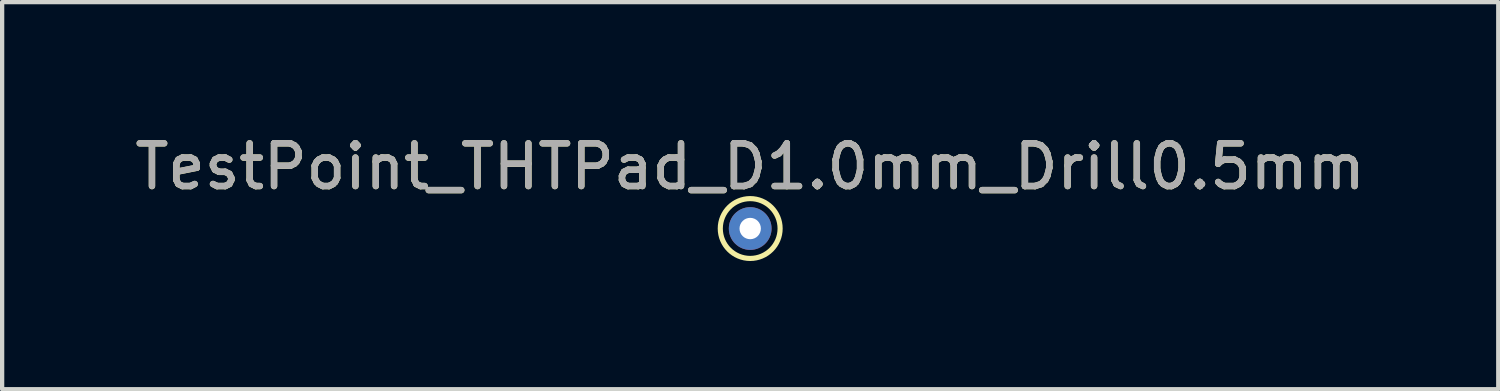
<source format=kicad_pcb>
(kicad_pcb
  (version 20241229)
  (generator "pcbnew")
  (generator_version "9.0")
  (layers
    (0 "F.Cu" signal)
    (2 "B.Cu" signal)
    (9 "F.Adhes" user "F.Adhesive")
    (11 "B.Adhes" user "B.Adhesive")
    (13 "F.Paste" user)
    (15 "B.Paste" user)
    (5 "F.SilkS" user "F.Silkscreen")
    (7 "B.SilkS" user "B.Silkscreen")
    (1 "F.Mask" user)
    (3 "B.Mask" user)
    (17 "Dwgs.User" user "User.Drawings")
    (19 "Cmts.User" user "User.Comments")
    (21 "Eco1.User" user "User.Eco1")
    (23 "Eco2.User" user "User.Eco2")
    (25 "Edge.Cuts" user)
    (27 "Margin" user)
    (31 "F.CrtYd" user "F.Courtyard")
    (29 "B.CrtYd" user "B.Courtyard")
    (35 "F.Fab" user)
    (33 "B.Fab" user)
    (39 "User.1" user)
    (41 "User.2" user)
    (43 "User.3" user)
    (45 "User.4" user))
  (footprint "TestPoint_THTPad_D1.0mm_Drill0.5mm"
    (layer "F.Cu")
    (at 14.506 2.298)
    (property "Reference" "TestPoint_THTPad_D1.0mm_Drill0.5mm" (at 0 -1.448 0) (layer "F.SilkS") (effects (font (size 1 1) (thickness 0.15))))
    (attr exclude_from_pos_files exclude_from_bom)
    (fp_circle (center 0 0) (end 0 0.7) (stroke (width 0.12) (type solid)) (fill no) (layer "F.SilkS"))
    (fp_text user "${REFERENCE}" (at 0 -1.45 0) (layer "F.Fab") (effects (font (size 1 1) (thickness 0.15))))
    (pad "1" thru_hole circle (at 0 0) (size 1 1) (drill 0.5) (layers "*.Cu" "*.Mask")))
  (gr_rect
    (start -3 -3)
    (end 32.012 6.058)
    (stroke (width 0.1) (type default))
    (fill no)
    (layer "Edge.Cuts")))
</source>
